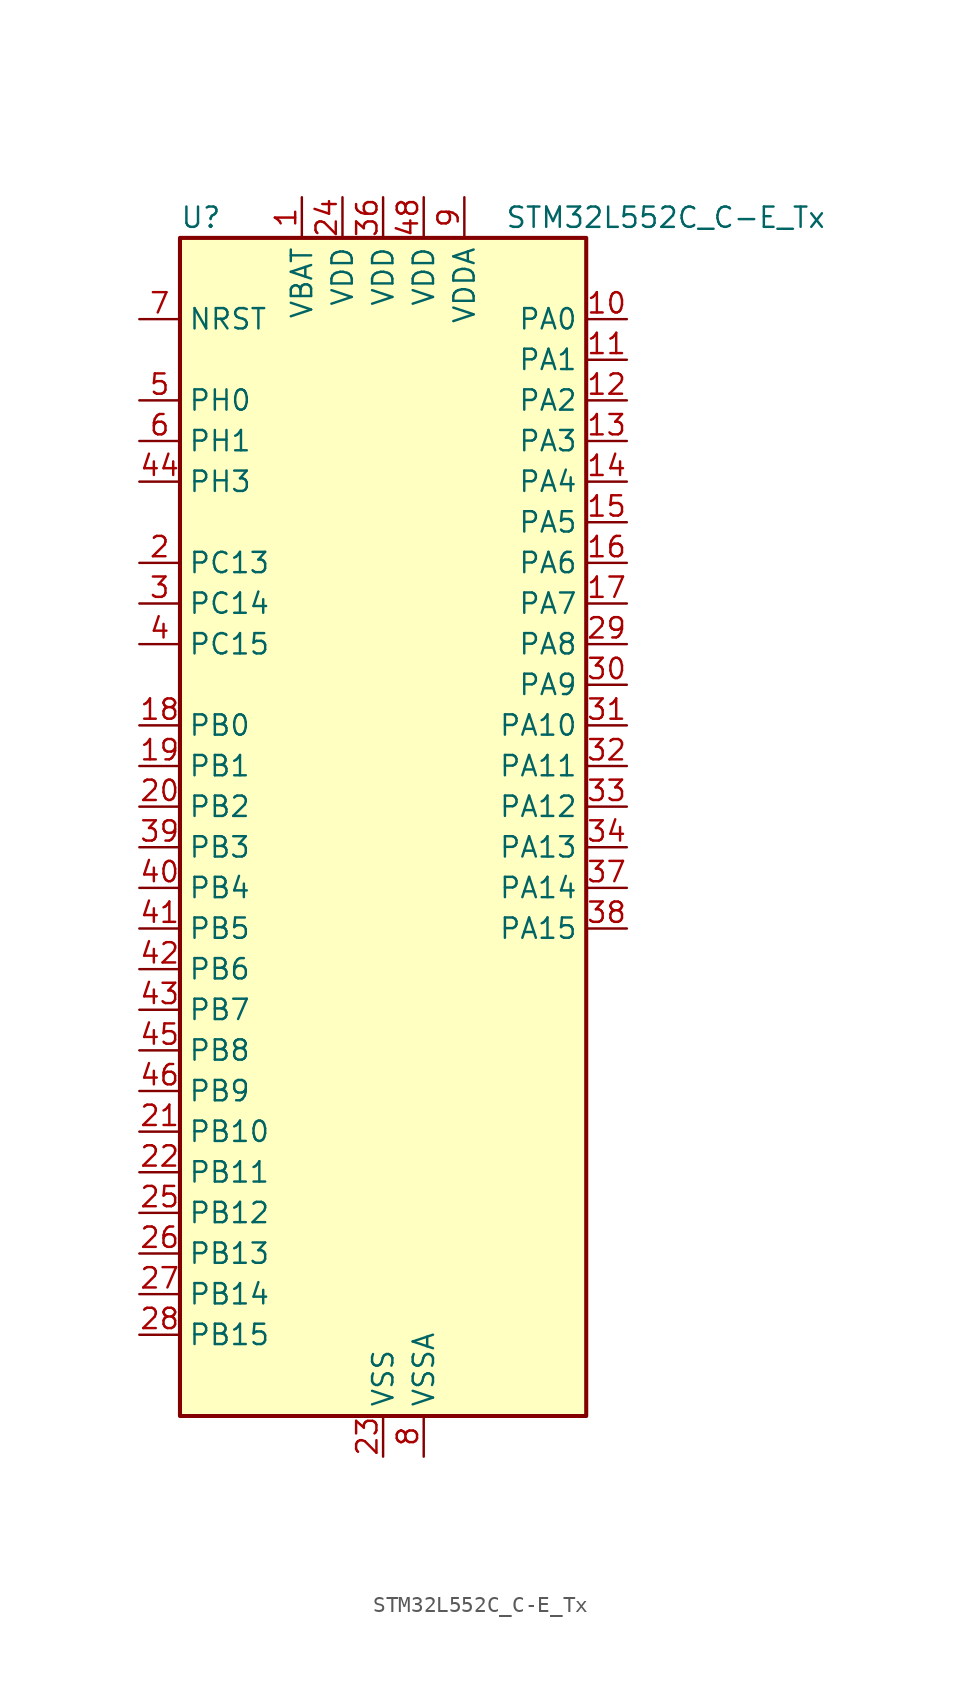
<source format=kicad_sym>
(kicad_symbol_lib
  (version 20241209)
  (generator "kicad_symbol_editor")
  (generator_version "9.0")
  (symbol "STM32L552C_C-E_Tx"
    (property "Reference" "U"
      (at -12.7 39.37 0)
      (effects (font (size 1.27 1.27)) (justify left)))
    (property "Value" "STM32L552C_C-E_Tx"
      (at 7.62 39.37 0)
      (effects (font (size 1.27 1.27)) (justify left)))
    (symbol "STM32L552C_C-E_Tx_0_1"
      (rectangle (start -12.7 -35.56) (end 12.7 38.1) (stroke (width 0.254) (type default)) (fill (type background))))
    (symbol "STM32L552C_C-E_Tx_1_1"
      (pin input line (at -15.24 33.02 0) (length 2.54) (name "NRST" (effects (font (size 1.27 1.27)))) (number "7" (effects (font (size 1.27 1.27)))))
      (pin bidirectional line (at -15.24 27.94 0) (length 2.54) (name "PH0" (effects (font (size 1.27 1.27)))) (number "5" (effects (font (size 1.27 1.27)))) (alternate "RCC_OSC_IN" bidirectional line))
      (pin bidirectional line (at -15.24 25.4 0) (length 2.54) (name "PH1" (effects (font (size 1.27 1.27)))) (number "6" (effects (font (size 1.27 1.27)))) (alternate "RCC_OSC_OUT" bidirectional line))
      (pin bidirectional line (at -15.24 22.86 0) (length 2.54) (name "PH3" (effects (font (size 1.27 1.27)))) (number "44" (effects (font (size 1.27 1.27)))))
      (pin bidirectional line (at -15.24 17.78 0) (length 2.54) (name "PC13" (effects (font (size 1.27 1.27)))) (number "2" (effects (font (size 1.27 1.27)))) (alternate "PWR_WKUP2" bidirectional line) (alternate "RTC_OUT1" bidirectional line) (alternate "RTC_TS" bidirectional line) (alternate "TAMP_IN1" bidirectional line) (alternate "TAMP_OUT2" bidirectional line))
      (pin bidirectional line (at -15.24 15.24 0) (length 2.54) (name "PC14" (effects (font (size 1.27 1.27)))) (number "3" (effects (font (size 1.27 1.27)))) (alternate "RCC_OSC32_IN" bidirectional line))
      (pin bidirectional line (at -15.24 12.7 0) (length 2.54) (name "PC15" (effects (font (size 1.27 1.27)))) (number "4" (effects (font (size 1.27 1.27)))) (alternate "ADC1_EXTI15" bidirectional line) (alternate "ADC2_EXTI15" bidirectional line) (alternate "RCC_OSC32_OUT" bidirectional line))
      (pin bidirectional line (at -15.24 7.62 0) (length 2.54) (name "PB0" (effects (font (size 1.27 1.27)))) (number "18" (effects (font (size 1.27 1.27)))) (alternate "ADC1_IN15" bidirectional line) (alternate "ADC2_IN15" bidirectional line) (alternate "COMP1_OUT" bidirectional line) (alternate "OCTOSPI1_IO1" bidirectional line) (alternate "OPAMP2_VOUT" bidirectional line) (alternate "SAI1_EXTCLK" bidirectional line) (alternate "SPI1_NSS" bidirectional line) (alternate "TIM1_CH2N" bidirectional line) (alternate "TIM3_CH3" bidirectional line) (alternate "TIM8_CH2N" bidirectional line) (alternate "USART3_CK" bidirectional line))
      (pin bidirectional line (at -15.24 5.08 0) (length 2.54) (name "PB1" (effects (font (size 1.27 1.27)))) (number "19" (effects (font (size 1.27 1.27)))) (alternate "ADC1_IN16" bidirectional line) (alternate "ADC2_IN16" bidirectional line) (alternate "COMP1_INM" bidirectional line) (alternate "DFSDM1_DATIN0" bidirectional line) (alternate "LPTIM2_IN1" bidirectional line) (alternate "LPUART1_DE" bidirectional line) (alternate "LPUART1_RTS" bidirectional line) (alternate "OCTOSPI1_IO0" bidirectional line) (alternate "TIM1_CH3N" bidirectional line) (alternate "TIM3_CH4" bidirectional line) (alternate "TIM8_CH3N" bidirectional line) (alternate "USART3_DE" bidirectional line) (alternate "USART3_RTS" bidirectional line))
      (pin bidirectional line (at -15.24 2.54 0) (length 2.54) (name "PB2" (effects (font (size 1.27 1.27)))) (number "20" (effects (font (size 1.27 1.27)))) (alternate "COMP1_INP" bidirectional line) (alternate "DFSDM1_CKIN0" bidirectional line) (alternate "I2C3_SMBA" bidirectional line) (alternate "LPTIM1_OUT" bidirectional line) (alternate "OCTOSPI1_DQS" bidirectional line) (alternate "RTC_OUT2" bidirectional line) (alternate "UCPD1_FRSTX1" bidirectional line))
      (pin bidirectional line (at -15.24 0 0) (length 2.54) (name "PB3" (effects (font (size 1.27 1.27)))) (number "39" (effects (font (size 1.27 1.27)))) (alternate "COMP2_INM" bidirectional line) (alternate "CRS_SYNC" bidirectional line) (alternate "DEBUG_JTDO-SWO" bidirectional line) (alternate "SAI1_SCK_B" bidirectional line) (alternate "SPI1_SCK" bidirectional line) (alternate "SPI3_SCK" bidirectional line) (alternate "TIM2_CH2" bidirectional line) (alternate "USART1_DE" bidirectional line) (alternate "USART1_RTS" bidirectional line))
      (pin bidirectional line (at -15.24 -2.54 0) (length 2.54) (name "PB4" (effects (font (size 1.27 1.27)))) (number "40" (effects (font (size 1.27 1.27)))) (alternate "COMP2_INP" bidirectional line) (alternate "DEBUG_JTRST" bidirectional line) (alternate "I2C3_SDA" bidirectional line) (alternate "SAI1_MCLK_B" bidirectional line) (alternate "SPI1_MISO" bidirectional line) (alternate "SPI3_MISO" bidirectional line) (alternate "TIM17_BKIN" bidirectional line) (alternate "TIM3_CH1" bidirectional line) (alternate "TSC_G2_IO1" bidirectional line) (alternate "USART1_CTS" bidirectional line) (alternate "USART1_NSS" bidirectional line))
      (pin bidirectional line (at -15.24 -5.08 0) (length 2.54) (name "PB5" (effects (font (size 1.27 1.27)))) (number "41" (effects (font (size 1.27 1.27)))) (alternate "COMP2_OUT" bidirectional line) (alternate "I2C1_SMBA" bidirectional line) (alternate "LPTIM1_IN1" bidirectional line) (alternate "OCTOSPI1_NCLK" bidirectional line) (alternate "SAI1_SD_B" bidirectional line) (alternate "SPI1_MOSI" bidirectional line) (alternate "SPI3_MOSI" bidirectional line) (alternate "TIM16_BKIN" bidirectional line) (alternate "TIM3_CH2" bidirectional line) (alternate "TSC_G2_IO2" bidirectional line) (alternate "UCPD1_DBCC1" bidirectional line) (alternate "USART1_CK" bidirectional line))
      (pin bidirectional line (at -15.24 -7.62 0) (length 2.54) (name "PB6" (effects (font (size 1.27 1.27)))) (number "42" (effects (font (size 1.27 1.27)))) (alternate "COMP2_INP" bidirectional line) (alternate "I2C1_SCL" bidirectional line) (alternate "I2C4_SCL" bidirectional line) (alternate "LPTIM1_ETR" bidirectional line) (alternate "SAI1_FS_B" bidirectional line) (alternate "TIM16_CH1N" bidirectional line) (alternate "TIM4_CH1" bidirectional line) (alternate "TIM8_BKIN2" bidirectional line) (alternate "TSC_G2_IO3" bidirectional line) (alternate "USART1_TX" bidirectional line))
      (pin bidirectional line (at -15.24 -10.16 0) (length 2.54) (name "PB7" (effects (font (size 1.27 1.27)))) (number "43" (effects (font (size 1.27 1.27)))) (alternate "COMP2_INM" bidirectional line) (alternate "I2C1_SDA" bidirectional line) (alternate "I2C4_SDA" bidirectional line) (alternate "LPTIM1_IN2" bidirectional line) (alternate "PWR_PVD_IN" bidirectional line) (alternate "TIM17_CH1N" bidirectional line) (alternate "TIM4_CH2" bidirectional line) (alternate "TIM8_BKIN" bidirectional line) (alternate "TSC_G2_IO4" bidirectional line) (alternate "UART4_CTS" bidirectional line) (alternate "USART1_RX" bidirectional line))
      (pin bidirectional line (at -15.24 -12.7 0) (length 2.54) (name "PB8" (effects (font (size 1.27 1.27)))) (number "45" (effects (font (size 1.27 1.27)))) (alternate "DFSDM1_CKOUT" bidirectional line) (alternate "FDCAN1_RX" bidirectional line) (alternate "I2C1_SCL" bidirectional line) (alternate "SAI1_CK1" bidirectional line) (alternate "SAI1_MCLK_A" bidirectional line) (alternate "TIM16_CH1" bidirectional line) (alternate "TIM4_CH3" bidirectional line))
      (pin bidirectional line (at -15.24 -15.24 0) (length 2.54) (name "PB9" (effects (font (size 1.27 1.27)))) (number "46" (effects (font (size 1.27 1.27)))) (alternate "DAC1_EXTI9" bidirectional line) (alternate "FDCAN1_TX" bidirectional line) (alternate "I2C1_SDA" bidirectional line) (alternate "IR_OUT" bidirectional line) (alternate "SAI1_D2" bidirectional line) (alternate "SAI1_FS_A" bidirectional line) (alternate "SPI2_NSS" bidirectional line) (alternate "TIM17_CH1" bidirectional line) (alternate "TIM4_CH4" bidirectional line))
      (pin bidirectional line (at -15.24 -17.78 0) (length 2.54) (name "PB10" (effects (font (size 1.27 1.27)))) (number "21" (effects (font (size 1.27 1.27)))) (alternate "COMP1_OUT" bidirectional line) (alternate "I2C2_SCL" bidirectional line) (alternate "I2C4_SCL" bidirectional line) (alternate "LPTIM3_OUT" bidirectional line) (alternate "LPUART1_RX" bidirectional line) (alternate "OCTOSPI1_CLK" bidirectional line) (alternate "SAI1_SCK_A" bidirectional line) (alternate "SPI2_SCK" bidirectional line) (alternate "TIM2_CH3" bidirectional line) (alternate "TSC_SYNC" bidirectional line) (alternate "USART3_TX" bidirectional line))
      (pin bidirectional line (at -15.24 -20.32 0) (length 2.54) (name "PB11" (effects (font (size 1.27 1.27)))) (number "22" (effects (font (size 1.27 1.27)))) (alternate "ADC1_EXTI11" bidirectional line) (alternate "ADC2_EXTI11" bidirectional line) (alternate "COMP2_OUT" bidirectional line) (alternate "I2C2_SDA" bidirectional line) (alternate "I2C4_SDA" bidirectional line) (alternate "LPUART1_TX" bidirectional line) (alternate "OCTOSPI1_NCS" bidirectional line) (alternate "TIM2_CH4" bidirectional line) (alternate "USART3_RX" bidirectional line))
      (pin bidirectional line (at -15.24 -22.86 0) (length 2.54) (name "PB12" (effects (font (size 1.27 1.27)))) (number "25" (effects (font (size 1.27 1.27)))) (alternate "DFSDM1_DATIN1" bidirectional line) (alternate "I2C2_SMBA" bidirectional line) (alternate "LPUART1_DE" bidirectional line) (alternate "LPUART1_RTS" bidirectional line) (alternate "OCTOSPI1_NCLK" bidirectional line) (alternate "SAI2_FS_A" bidirectional line) (alternate "SPI2_NSS" bidirectional line) (alternate "TIM15_BKIN" bidirectional line) (alternate "TIM1_BKIN" bidirectional line) (alternate "TSC_G1_IO1" bidirectional line) (alternate "USART3_CK" bidirectional line))
      (pin bidirectional line (at -15.24 -25.4 0) (length 2.54) (name "PB13" (effects (font (size 1.27 1.27)))) (number "26" (effects (font (size 1.27 1.27)))) (alternate "DFSDM1_CKIN1" bidirectional line) (alternate "I2C2_SCL" bidirectional line) (alternate "LPTIM3_IN1" bidirectional line) (alternate "LPUART1_CTS" bidirectional line) (alternate "SAI2_SCK_A" bidirectional line) (alternate "SPI2_SCK" bidirectional line) (alternate "TIM15_CH1N" bidirectional line) (alternate "TIM1_CH1N" bidirectional line) (alternate "TSC_G1_IO2" bidirectional line) (alternate "UCPD1_FRSTX2" bidirectional line) (alternate "USART3_CTS" bidirectional line) (alternate "USART3_NSS" bidirectional line))
      (pin bidirectional line (at -15.24 -27.94 0) (length 2.54) (name "PB14" (effects (font (size 1.27 1.27)))) (number "27" (effects (font (size 1.27 1.27)))) (alternate "DFSDM1_DATIN2" bidirectional line) (alternate "I2C2_SDA" bidirectional line) (alternate "LPTIM3_ETR" bidirectional line) (alternate "SAI2_MCLK_A" bidirectional line) (alternate "SPI2_MISO" bidirectional line) (alternate "TIM15_CH1" bidirectional line) (alternate "TIM1_CH2N" bidirectional line) (alternate "TIM8_CH2N" bidirectional line) (alternate "TSC_G1_IO3" bidirectional line) (alternate "UCPD1_DBCC2" bidirectional line) (alternate "USART3_DE" bidirectional line) (alternate "USART3_RTS" bidirectional line))
      (pin bidirectional line (at -15.24 -30.48 0) (length 2.54) (name "PB15" (effects (font (size 1.27 1.27)))) (number "28" (effects (font (size 1.27 1.27)))) (alternate "ADC1_EXTI15" bidirectional line) (alternate "ADC2_EXTI15" bidirectional line) (alternate "DFSDM1_CKIN2" bidirectional line) (alternate "RTC_REFIN" bidirectional line) (alternate "SAI2_SD_A" bidirectional line) (alternate "SPI2_MOSI" bidirectional line) (alternate "TIM15_CH2" bidirectional line) (alternate "TIM1_CH3N" bidirectional line) (alternate "TIM8_CH3N" bidirectional line) (alternate "UCPD1_CC2" bidirectional line))
      (pin power_in line (at -5.08 40.64 270) (length 2.54) (name "VBAT" (effects (font (size 1.27 1.27)))) (number "1" (effects (font (size 1.27 1.27)))))
      (pin power_in line (at -2.54 40.64 270) (length 2.54) (name "VDD" (effects (font (size 1.27 1.27)))) (number "24" (effects (font (size 1.27 1.27)))))
      (pin power_in line (at 0 40.64 270) (length 2.54) (name "VDD" (effects (font (size 1.27 1.27)))) (number "36" (effects (font (size 1.27 1.27)))))
      (pin power_in line (at 0 -38.1 90) (length 2.54) (name "VSS" (effects (font (size 1.27 1.27)))) (number "23" (effects (font (size 1.27 1.27)))))
      (pin passive line (at 0 -38.1 90) (length 2.54) (hide yes) (name "VSS" (effects (font (size 1.27 1.27)))) (number "35" (effects (font (size 1.27 1.27)))))
      (pin passive line (at 0 -38.1 90) (length 2.54) (hide yes) (name "VSS" (effects (font (size 1.27 1.27)))) (number "47" (effects (font (size 1.27 1.27)))))
      (pin power_in line (at 2.54 40.64 270) (length 2.54) (name "VDD" (effects (font (size 1.27 1.27)))) (number "48" (effects (font (size 1.27 1.27)))))
      (pin power_in line (at 2.54 -38.1 90) (length 2.54) (name "VSSA" (effects (font (size 1.27 1.27)))) (number "8" (effects (font (size 1.27 1.27)))))
      (pin power_in line (at 5.08 40.64 270) (length 2.54) (name "VDDA" (effects (font (size 1.27 1.27)))) (number "9" (effects (font (size 1.27 1.27)))))
      (pin bidirectional line (at 15.24 33.02 180) (length 2.54) (name "PA0" (effects (font (size 1.27 1.27)))) (number "10" (effects (font (size 1.27 1.27)))) (alternate "ADC1_IN5" bidirectional line) (alternate "ADC2_IN5" bidirectional line) (alternate "OPAMP1_VINP" bidirectional line) (alternate "PWR_WKUP1" bidirectional line) (alternate "SAI1_EXTCLK" bidirectional line) (alternate "TAMP_IN2" bidirectional line) (alternate "TAMP_OUT1" bidirectional line) (alternate "TIM2_CH1" bidirectional line) (alternate "TIM2_ETR" bidirectional line) (alternate "TIM5_CH1" bidirectional line) (alternate "TIM8_ETR" bidirectional line) (alternate "UART4_TX" bidirectional line) (alternate "USART2_CTS" bidirectional line) (alternate "USART2_NSS" bidirectional line))
      (pin bidirectional line (at 15.24 30.48 180) (length 2.54) (name "PA1" (effects (font (size 1.27 1.27)))) (number "11" (effects (font (size 1.27 1.27)))) (alternate "ADC1_IN6" bidirectional line) (alternate "ADC2_IN6" bidirectional line) (alternate "I2C1_SMBA" bidirectional line) (alternate "OCTOSPI1_DQS" bidirectional line) (alternate "OPAMP1_VINM" bidirectional line) (alternate "SPI1_SCK" bidirectional line) (alternate "TAMP_IN5" bidirectional line) (alternate "TAMP_OUT4" bidirectional line) (alternate "TIM15_CH1N" bidirectional line) (alternate "TIM2_CH2" bidirectional line) (alternate "TIM5_CH2" bidirectional line) (alternate "UART4_RX" bidirectional line) (alternate "USART2_DE" bidirectional line) (alternate "USART2_RTS" bidirectional line))
      (pin bidirectional line (at 15.24 27.94 180) (length 2.54) (name "PA2" (effects (font (size 1.27 1.27)))) (number "12" (effects (font (size 1.27 1.27)))) (alternate "ADC1_IN7" bidirectional line) (alternate "ADC2_IN7" bidirectional line) (alternate "COMP1_INP" bidirectional line) (alternate "LPUART1_TX" bidirectional line) (alternate "OCTOSPI1_NCS" bidirectional line) (alternate "PWR_WKUP4" bidirectional line) (alternate "RCC_LSCO" bidirectional line) (alternate "SAI2_EXTCLK" bidirectional line) (alternate "TIM15_CH1" bidirectional line) (alternate "TIM2_CH3" bidirectional line) (alternate "TIM5_CH3" bidirectional line) (alternate "UCPD1_FRSTX1" bidirectional line) (alternate "USART2_TX" bidirectional line))
      (pin bidirectional line (at 15.24 25.4 180) (length 2.54) (name "PA3" (effects (font (size 1.27 1.27)))) (number "13" (effects (font (size 1.27 1.27)))) (alternate "ADC1_IN8" bidirectional line) (alternate "ADC2_IN8" bidirectional line) (alternate "LPUART1_RX" bidirectional line) (alternate "OCTOSPI1_CLK" bidirectional line) (alternate "OPAMP1_VOUT" bidirectional line) (alternate "SAI1_CK1" bidirectional line) (alternate "SAI1_MCLK_A" bidirectional line) (alternate "TIM15_CH2" bidirectional line) (alternate "TIM2_CH4" bidirectional line) (alternate "TIM5_CH4" bidirectional line) (alternate "USART2_RX" bidirectional line))
      (pin bidirectional line (at 15.24 22.86 180) (length 2.54) (name "PA4" (effects (font (size 1.27 1.27)))) (number "14" (effects (font (size 1.27 1.27)))) (alternate "ADC1_IN9" bidirectional line) (alternate "ADC2_IN9" bidirectional line) (alternate "DAC1_OUT1" bidirectional line) (alternate "LPTIM2_OUT" bidirectional line) (alternate "OCTOSPI1_NCS" bidirectional line) (alternate "SAI1_FS_B" bidirectional line) (alternate "SPI1_NSS" bidirectional line) (alternate "SPI3_NSS" bidirectional line) (alternate "USART2_CK" bidirectional line))
      (pin bidirectional line (at 15.24 20.32 180) (length 2.54) (name "PA5" (effects (font (size 1.27 1.27)))) (number "15" (effects (font (size 1.27 1.27)))) (alternate "ADC1_IN10" bidirectional line) (alternate "ADC2_IN10" bidirectional line) (alternate "DAC1_OUT2" bidirectional line) (alternate "LPTIM2_ETR" bidirectional line) (alternate "SPI1_SCK" bidirectional line) (alternate "TIM2_CH1" bidirectional line) (alternate "TIM2_ETR" bidirectional line) (alternate "TIM8_CH1N" bidirectional line))
      (pin bidirectional line (at 15.24 17.78 180) (length 2.54) (name "PA6" (effects (font (size 1.27 1.27)))) (number "16" (effects (font (size 1.27 1.27)))) (alternate "ADC1_IN11" bidirectional line) (alternate "ADC2_IN11" bidirectional line) (alternate "LPUART1_CTS" bidirectional line) (alternate "OCTOSPI1_IO3" bidirectional line) (alternate "OPAMP2_VINP" bidirectional line) (alternate "SPI1_MISO" bidirectional line) (alternate "TIM16_CH1" bidirectional line) (alternate "TIM1_BKIN" bidirectional line) (alternate "TIM3_CH1" bidirectional line) (alternate "TIM8_BKIN" bidirectional line) (alternate "USART3_CTS" bidirectional line) (alternate "USART3_NSS" bidirectional line))
      (pin bidirectional line (at 15.24 15.24 180) (length 2.54) (name "PA7" (effects (font (size 1.27 1.27)))) (number "17" (effects (font (size 1.27 1.27)))) (alternate "ADC1_IN12" bidirectional line) (alternate "ADC2_IN12" bidirectional line) (alternate "I2C3_SCL" bidirectional line) (alternate "OCTOSPI1_IO2" bidirectional line) (alternate "OPAMP2_VINM" bidirectional line) (alternate "SPI1_MOSI" bidirectional line) (alternate "TIM17_CH1" bidirectional line) (alternate "TIM1_CH1N" bidirectional line) (alternate "TIM3_CH2" bidirectional line) (alternate "TIM8_CH1N" bidirectional line))
      (pin bidirectional line (at 15.24 12.7 180) (length 2.54) (name "PA8" (effects (font (size 1.27 1.27)))) (number "29" (effects (font (size 1.27 1.27)))) (alternate "LPTIM2_OUT" bidirectional line) (alternate "RCC_MCO" bidirectional line) (alternate "SAI1_CK2" bidirectional line) (alternate "SAI1_SCK_A" bidirectional line) (alternate "TIM1_CH1" bidirectional line) (alternate "USART1_CK" bidirectional line))
      (pin bidirectional line (at 15.24 10.16 180) (length 2.54) (name "PA9" (effects (font (size 1.27 1.27)))) (number "30" (effects (font (size 1.27 1.27)))) (alternate "DAC1_EXTI9" bidirectional line) (alternate "SAI1_FS_A" bidirectional line) (alternate "SPI2_SCK" bidirectional line) (alternate "TIM15_BKIN" bidirectional line) (alternate "TIM1_CH2" bidirectional line) (alternate "USART1_TX" bidirectional line))
      (pin bidirectional line (at 15.24 7.62 180) (length 2.54) (name "PA10" (effects (font (size 1.27 1.27)))) (number "31" (effects (font (size 1.27 1.27)))) (alternate "CRS_SYNC" bidirectional line) (alternate "SAI1_D1" bidirectional line) (alternate "SAI1_SD_A" bidirectional line) (alternate "TIM17_BKIN" bidirectional line) (alternate "TIM1_CH3" bidirectional line) (alternate "USART1_RX" bidirectional line))
      (pin bidirectional line (at 15.24 5.08 180) (length 2.54) (name "PA11" (effects (font (size 1.27 1.27)))) (number "32" (effects (font (size 1.27 1.27)))) (alternate "ADC1_EXTI11" bidirectional line) (alternate "ADC2_EXTI11" bidirectional line) (alternate "FDCAN1_RX" bidirectional line) (alternate "SPI1_MISO" bidirectional line) (alternate "TIM1_BKIN2" bidirectional line) (alternate "TIM1_CH4" bidirectional line) (alternate "USART1_CTS" bidirectional line) (alternate "USART1_NSS" bidirectional line) (alternate "USB_DM" bidirectional line))
      (pin bidirectional line (at 15.24 2.54 180) (length 2.54) (name "PA12" (effects (font (size 1.27 1.27)))) (number "33" (effects (font (size 1.27 1.27)))) (alternate "FDCAN1_TX" bidirectional line) (alternate "SPI1_MOSI" bidirectional line) (alternate "TIM1_ETR" bidirectional line) (alternate "USART1_DE" bidirectional line) (alternate "USART1_RTS" bidirectional line) (alternate "USB_DP" bidirectional line))
      (pin bidirectional line (at 15.24 0 180) (length 2.54) (name "PA13" (effects (font (size 1.27 1.27)))) (number "34" (effects (font (size 1.27 1.27)))) (alternate "DEBUG_JTMS-SWDIO" bidirectional line) (alternate "IR_OUT" bidirectional line) (alternate "SAI1_SD_B" bidirectional line) (alternate "USB_NOE" bidirectional line))
      (pin bidirectional line (at 15.24 -2.54 180) (length 2.54) (name "PA14" (effects (font (size 1.27 1.27)))) (number "37" (effects (font (size 1.27 1.27)))) (alternate "DEBUG_JTCK-SWCLK" bidirectional line) (alternate "I2C1_SMBA" bidirectional line) (alternate "I2C4_SMBA" bidirectional line) (alternate "LPTIM1_OUT" bidirectional line) (alternate "SAI1_FS_B" bidirectional line))
      (pin bidirectional line (at 15.24 -5.08 180) (length 2.54) (name "PA15" (effects (font (size 1.27 1.27)))) (number "38" (effects (font (size 1.27 1.27)))) (alternate "ADC1_EXTI15" bidirectional line) (alternate "ADC2_EXTI15" bidirectional line) (alternate "DEBUG_JTDI" bidirectional line) (alternate "SAI2_FS_B" bidirectional line) (alternate "SPI1_NSS" bidirectional line) (alternate "SPI3_NSS" bidirectional line) (alternate "TIM2_CH1" bidirectional line) (alternate "TIM2_ETR" bidirectional line) (alternate "UART4_DE" bidirectional line) (alternate "UART4_RTS" bidirectional line) (alternate "UCPD1_CC1" bidirectional line) (alternate "USART2_RX" bidirectional line) (alternate "USART3_DE" bidirectional line) (alternate "USART3_RTS" bidirectional line)))))
</source>
